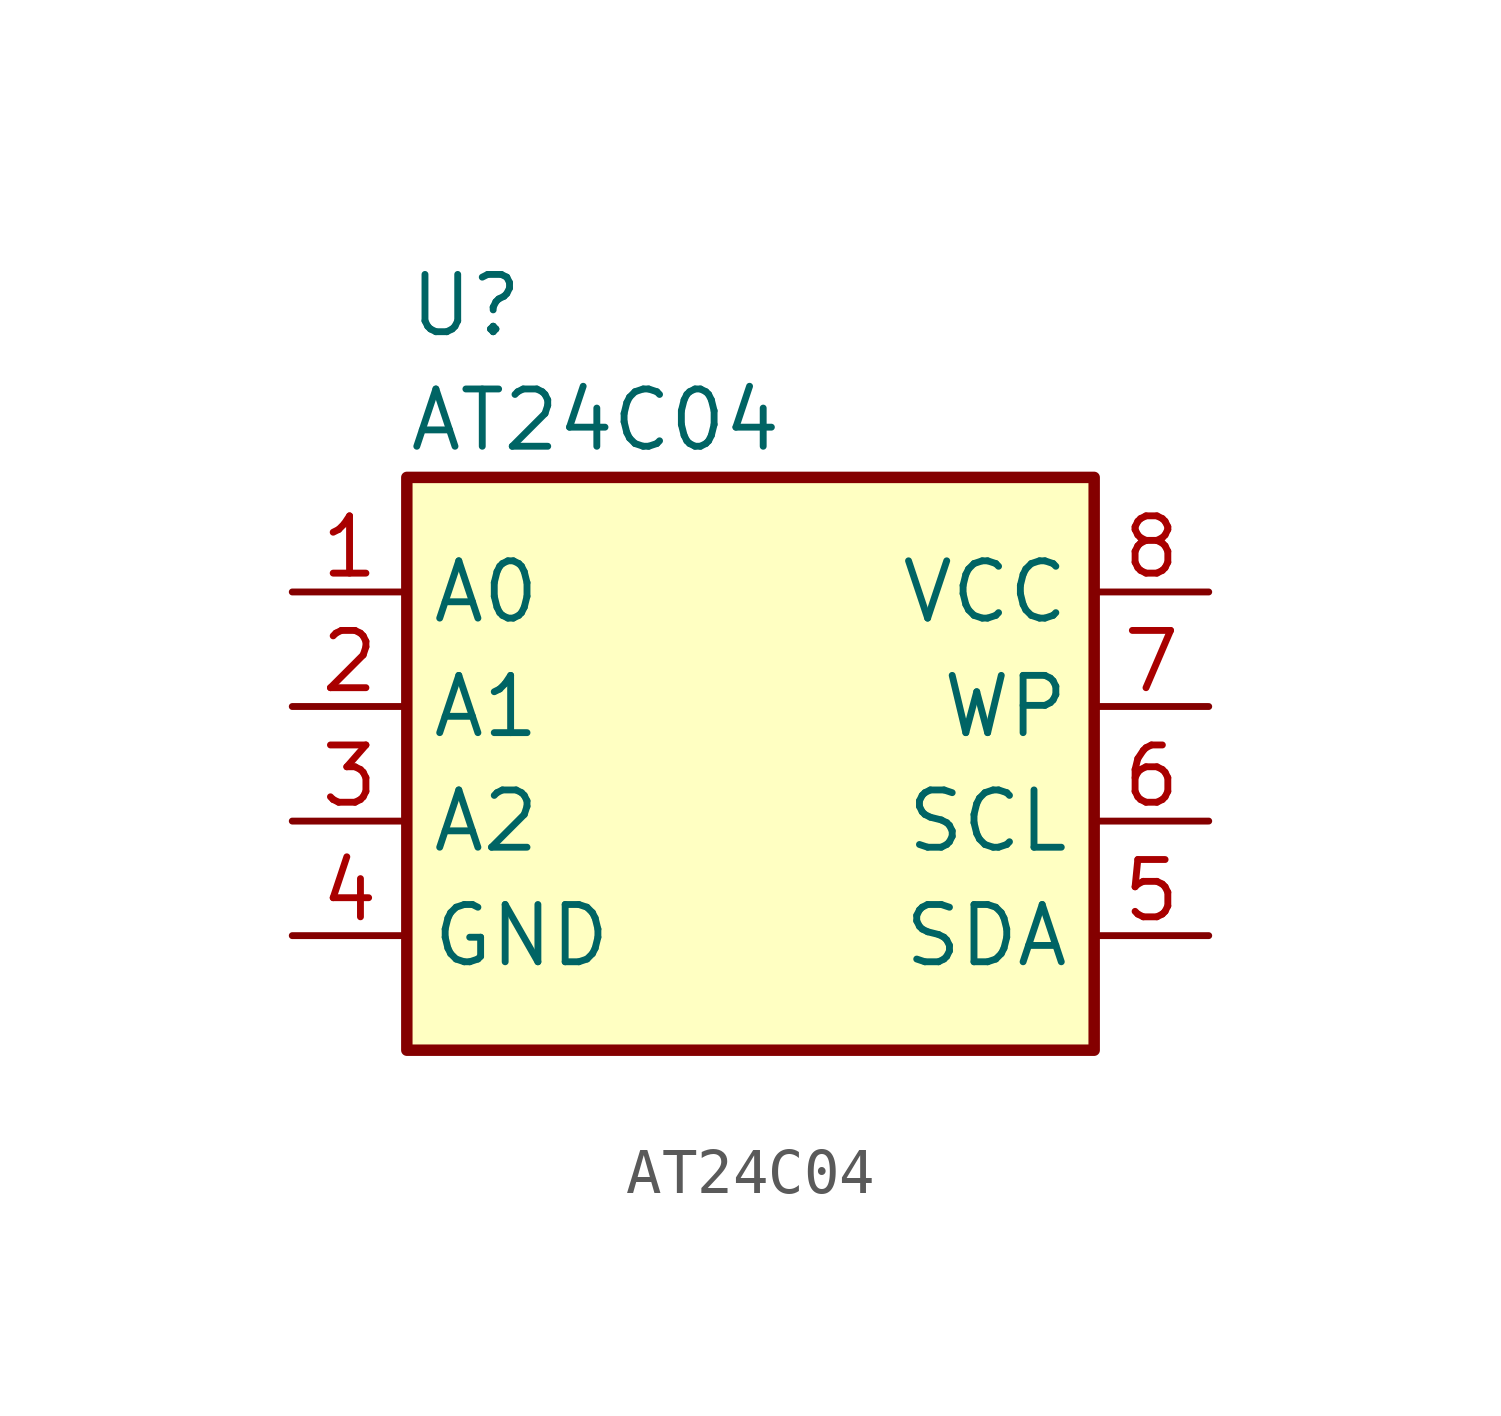
<source format=kicad_sym>
(kicad_symbol_lib
  (version 20211014)
  (generator kicad_symbol_editor)
  (symbol "AT24C04"
    (property "Reference" "U"
      (at -7.62 8.89 0)
      (effects (font (size 1.27 1.27)) (justify left)))
    (property "Value" "AT24C04"
      (at -7.62 6.35 0)
      (effects (font (size 1.27 1.27)) (justify left)))
    (symbol "AT24C04_1_1"
      (rectangle (start -7.62 5.08) (end 7.62 -7.62) (stroke (width 0.254) (type default) (color 0 0 0 0)) (fill (type background)))
      (pin input line (at -10.16 2.54 0) (length 2.54) (name "A0" (effects (font (size 1.27 1.27)))) (number "1" (effects (font (size 1.27 1.27)))))
      (pin input line (at -10.16 0 0) (length 2.54) (name "A1" (effects (font (size 1.27 1.27)))) (number "2" (effects (font (size 1.27 1.27)))))
      (pin input line (at -10.16 -2.54 0) (length 2.54) (name "A2" (effects (font (size 1.27 1.27)))) (number "3" (effects (font (size 1.27 1.27)))))
      (pin power_in line (at -10.16 -5.08 0) (length 2.54) (name "GND" (effects (font (size 1.27 1.27)))) (number "4" (effects (font (size 1.27 1.27)))))
      (pin bidirectional line (at 10.16 -5.08 180) (length 2.54) (name "SDA" (effects (font (size 1.27 1.27)))) (number "5" (effects (font (size 1.27 1.27)))))
      (pin input line (at 10.16 -2.54 180) (length 2.54) (name "SCL" (effects (font (size 1.27 1.27)))) (number "6" (effects (font (size 1.27 1.27)))))
      (pin input line (at 10.16 0 180) (length 2.54) (name "WP" (effects (font (size 1.27 1.27)))) (number "7" (effects (font (size 1.27 1.27)))))
      (pin power_in line (at 10.16 2.54 180) (length 2.54) (name "VCC" (effects (font (size 1.27 1.27)))) (number "8" (effects (font (size 1.27 1.27))))))))
</source>
